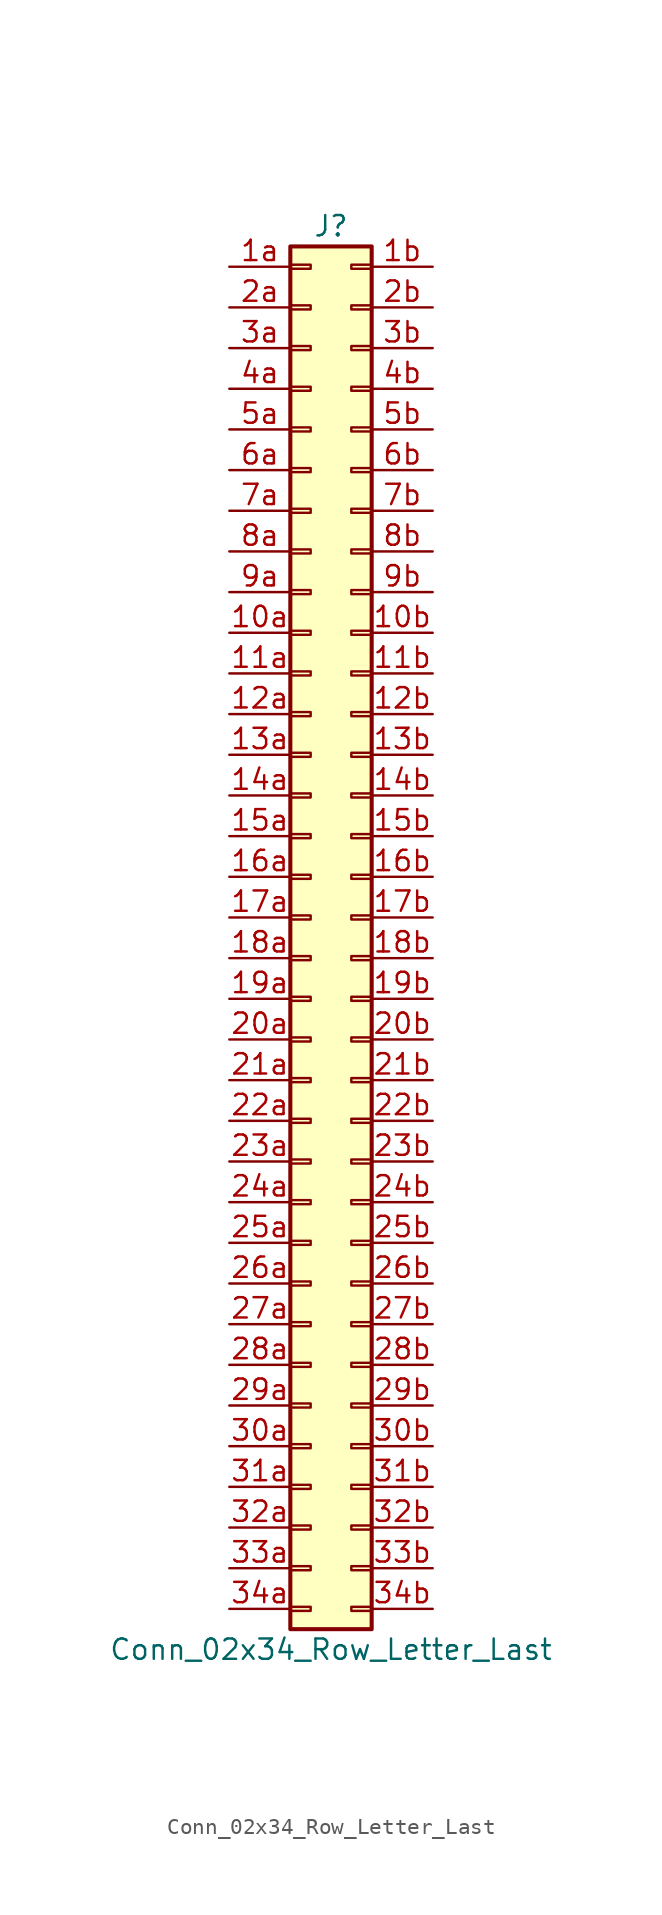
<source format=kicad_sym>
(kicad_symbol_lib
  (version 20201005)
  (generator kicad_symbol_editor)
  (symbol "Conn_02x34_Row_Letter_Last"
    (pin_names
      (offset 1.016) hide)
    (property "Reference" "J"
      (at 1.27 43.18 0)
      (effects (font (size 1.27 1.27))))
    (property "Value" "Conn_02x34_Row_Letter_Last"
      (at 1.27 -45.72 0)
      (effects (font (size 1.27 1.27))))
    (symbol "Conn_02x34_Row_Letter_Last_1_1"
      (rectangle (start -1.27 -43.053) (end 0 -43.307) (stroke (width 0.152)) (fill (type none)))
      (rectangle (start -1.27 -40.513) (end 0 -40.767) (stroke (width 0.152)) (fill (type none)))
      (rectangle (start -1.27 -37.973) (end 0 -38.227) (stroke (width 0.152)) (fill (type none)))
      (rectangle (start -1.27 -35.433) (end 0 -35.687) (stroke (width 0.152)) (fill (type none)))
      (rectangle (start -1.27 -32.893) (end 0 -33.147) (stroke (width 0.152)) (fill (type none)))
      (rectangle (start -1.27 -30.353) (end 0 -30.607) (stroke (width 0.152)) (fill (type none)))
      (rectangle (start -1.27 -27.813) (end 0 -28.067) (stroke (width 0.152)) (fill (type none)))
      (rectangle (start -1.27 -25.273) (end 0 -25.527) (stroke (width 0.152)) (fill (type none)))
      (rectangle (start -1.27 -22.733) (end 0 -22.987) (stroke (width 0.152)) (fill (type none)))
      (rectangle (start -1.27 -20.193) (end 0 -20.447) (stroke (width 0.152)) (fill (type none)))
      (rectangle (start -1.27 -17.653) (end 0 -17.907) (stroke (width 0.152)) (fill (type none)))
      (rectangle (start -1.27 -15.113) (end 0 -15.367) (stroke (width 0.152)) (fill (type none)))
      (rectangle (start -1.27 -12.573) (end 0 -12.827) (stroke (width 0.152)) (fill (type none)))
      (rectangle (start -1.27 -10.033) (end 0 -10.287) (stroke (width 0.152)) (fill (type none)))
      (rectangle (start -1.27 -7.493) (end 0 -7.747) (stroke (width 0.152)) (fill (type none)))
      (rectangle (start -1.27 -4.953) (end 0 -5.207) (stroke (width 0.152)) (fill (type none)))
      (rectangle (start -1.27 -2.413) (end 0 -2.667) (stroke (width 0.152)) (fill (type none)))
      (rectangle (start -1.27 0.127) (end 0 -0.127) (stroke (width 0.152)) (fill (type none)))
      (rectangle (start -1.27 2.667) (end 0 2.413) (stroke (width 0.152)) (fill (type none)))
      (rectangle (start -1.27 5.207) (end 0 4.953) (stroke (width 0.152)) (fill (type none)))
      (rectangle (start -1.27 7.747) (end 0 7.493) (stroke (width 0.152)) (fill (type none)))
      (rectangle (start -1.27 10.287) (end 0 10.033) (stroke (width 0.152)) (fill (type none)))
      (rectangle (start -1.27 12.827) (end 0 12.573) (stroke (width 0.152)) (fill (type none)))
      (rectangle (start -1.27 15.367) (end 0 15.113) (stroke (width 0.152)) (fill (type none)))
      (rectangle (start -1.27 17.907) (end 0 17.653) (stroke (width 0.152)) (fill (type none)))
      (rectangle (start -1.27 20.447) (end 0 20.193) (stroke (width 0.152)) (fill (type none)))
      (rectangle (start -1.27 22.987) (end 0 22.733) (stroke (width 0.152)) (fill (type none)))
      (rectangle (start -1.27 25.527) (end 0 25.273) (stroke (width 0.152)) (fill (type none)))
      (rectangle (start -1.27 28.067) (end 0 27.813) (stroke (width 0.152)) (fill (type none)))
      (rectangle (start -1.27 30.607) (end 0 30.353) (stroke (width 0.152)) (fill (type none)))
      (rectangle (start -1.27 33.147) (end 0 32.893) (stroke (width 0.152)) (fill (type none)))
      (rectangle (start -1.27 35.687) (end 0 35.433) (stroke (width 0.152)) (fill (type none)))
      (rectangle (start -1.27 38.227) (end 0 37.973) (stroke (width 0.152)) (fill (type none)))
      (rectangle (start -1.27 40.767) (end 0 40.513) (stroke (width 0.152)) (fill (type none)))
      (rectangle (start -1.27 41.91) (end 3.81 -44.45) (stroke (width 0.254)) (fill (type background)))
      (rectangle (start 3.81 -43.053) (end 2.54 -43.307) (stroke (width 0.152)) (fill (type none)))
      (rectangle (start 3.81 -40.513) (end 2.54 -40.767) (stroke (width 0.152)) (fill (type none)))
      (rectangle (start 3.81 -37.973) (end 2.54 -38.227) (stroke (width 0.152)) (fill (type none)))
      (rectangle (start 3.81 -35.433) (end 2.54 -35.687) (stroke (width 0.152)) (fill (type none)))
      (rectangle (start 3.81 -32.893) (end 2.54 -33.147) (stroke (width 0.152)) (fill (type none)))
      (rectangle (start 3.81 -30.353) (end 2.54 -30.607) (stroke (width 0.152)) (fill (type none)))
      (rectangle (start 3.81 -27.813) (end 2.54 -28.067) (stroke (width 0.152)) (fill (type none)))
      (rectangle (start 3.81 -25.273) (end 2.54 -25.527) (stroke (width 0.152)) (fill (type none)))
      (rectangle (start 3.81 -22.733) (end 2.54 -22.987) (stroke (width 0.152)) (fill (type none)))
      (rectangle (start 3.81 -20.193) (end 2.54 -20.447) (stroke (width 0.152)) (fill (type none)))
      (rectangle (start 3.81 -17.653) (end 2.54 -17.907) (stroke (width 0.152)) (fill (type none)))
      (rectangle (start 3.81 -15.113) (end 2.54 -15.367) (stroke (width 0.152)) (fill (type none)))
      (rectangle (start 3.81 -12.573) (end 2.54 -12.827) (stroke (width 0.152)) (fill (type none)))
      (rectangle (start 3.81 -10.033) (end 2.54 -10.287) (stroke (width 0.152)) (fill (type none)))
      (rectangle (start 3.81 -7.493) (end 2.54 -7.747) (stroke (width 0.152)) (fill (type none)))
      (rectangle (start 3.81 -4.953) (end 2.54 -5.207) (stroke (width 0.152)) (fill (type none)))
      (rectangle (start 3.81 -2.413) (end 2.54 -2.667) (stroke (width 0.152)) (fill (type none)))
      (rectangle (start 3.81 0.127) (end 2.54 -0.127) (stroke (width 0.152)) (fill (type none)))
      (rectangle (start 3.81 2.667) (end 2.54 2.413) (stroke (width 0.152)) (fill (type none)))
      (rectangle (start 3.81 5.207) (end 2.54 4.953) (stroke (width 0.152)) (fill (type none)))
      (rectangle (start 3.81 7.747) (end 2.54 7.493) (stroke (width 0.152)) (fill (type none)))
      (rectangle (start 3.81 10.287) (end 2.54 10.033) (stroke (width 0.152)) (fill (type none)))
      (rectangle (start 3.81 12.827) (end 2.54 12.573) (stroke (width 0.152)) (fill (type none)))
      (rectangle (start 3.81 15.367) (end 2.54 15.113) (stroke (width 0.152)) (fill (type none)))
      (rectangle (start 3.81 17.907) (end 2.54 17.653) (stroke (width 0.152)) (fill (type none)))
      (rectangle (start 3.81 20.447) (end 2.54 20.193) (stroke (width 0.152)) (fill (type none)))
      (rectangle (start 3.81 22.987) (end 2.54 22.733) (stroke (width 0.152)) (fill (type none)))
      (rectangle (start 3.81 25.527) (end 2.54 25.273) (stroke (width 0.152)) (fill (type none)))
      (rectangle (start 3.81 28.067) (end 2.54 27.813) (stroke (width 0.152)) (fill (type none)))
      (rectangle (start 3.81 30.607) (end 2.54 30.353) (stroke (width 0.152)) (fill (type none)))
      (rectangle (start 3.81 33.147) (end 2.54 32.893) (stroke (width 0.152)) (fill (type none)))
      (rectangle (start 3.81 35.687) (end 2.54 35.433) (stroke (width 0.152)) (fill (type none)))
      (rectangle (start 3.81 38.227) (end 2.54 37.973) (stroke (width 0.152)) (fill (type none)))
      (rectangle (start 3.81 40.767) (end 2.54 40.513) (stroke (width 0.152)) (fill (type none)))
      (pin passive line (at -5.08 17.78 0) (length 3.81) (name "Pin_10a" (effects (font (size 1.27 1.27)))) (number "10a" (effects (font (size 1.27 1.27)))))
      (pin passive line (at 7.62 17.78 180) (length 3.81) (name "Pin_10b" (effects (font (size 1.27 1.27)))) (number "10b" (effects (font (size 1.27 1.27)))))
      (pin passive line (at -5.08 15.24 0) (length 3.81) (name "Pin_11a" (effects (font (size 1.27 1.27)))) (number "11a" (effects (font (size 1.27 1.27)))))
      (pin passive line (at 7.62 15.24 180) (length 3.81) (name "Pin_11b" (effects (font (size 1.27 1.27)))) (number "11b" (effects (font (size 1.27 1.27)))))
      (pin passive line (at -5.08 12.7 0) (length 3.81) (name "Pin_12a" (effects (font (size 1.27 1.27)))) (number "12a" (effects (font (size 1.27 1.27)))))
      (pin passive line (at 7.62 12.7 180) (length 3.81) (name "Pin_12b" (effects (font (size 1.27 1.27)))) (number "12b" (effects (font (size 1.27 1.27)))))
      (pin passive line (at -5.08 10.16 0) (length 3.81) (name "Pin_13a" (effects (font (size 1.27 1.27)))) (number "13a" (effects (font (size 1.27 1.27)))))
      (pin passive line (at 7.62 10.16 180) (length 3.81) (name "Pin_13b" (effects (font (size 1.27 1.27)))) (number "13b" (effects (font (size 1.27 1.27)))))
      (pin passive line (at -5.08 7.62 0) (length 3.81) (name "Pin_14a" (effects (font (size 1.27 1.27)))) (number "14a" (effects (font (size 1.27 1.27)))))
      (pin passive line (at 7.62 7.62 180) (length 3.81) (name "Pin_14b" (effects (font (size 1.27 1.27)))) (number "14b" (effects (font (size 1.27 1.27)))))
      (pin passive line (at -5.08 5.08 0) (length 3.81) (name "Pin_15a" (effects (font (size 1.27 1.27)))) (number "15a" (effects (font (size 1.27 1.27)))))
      (pin passive line (at 7.62 5.08 180) (length 3.81) (name "Pin_15b" (effects (font (size 1.27 1.27)))) (number "15b" (effects (font (size 1.27 1.27)))))
      (pin passive line (at -5.08 2.54 0) (length 3.81) (name "Pin_16a" (effects (font (size 1.27 1.27)))) (number "16a" (effects (font (size 1.27 1.27)))))
      (pin passive line (at 7.62 2.54 180) (length 3.81) (name "Pin_16b" (effects (font (size 1.27 1.27)))) (number "16b" (effects (font (size 1.27 1.27)))))
      (pin passive line (at -5.08 0 0) (length 3.81) (name "Pin_17a" (effects (font (size 1.27 1.27)))) (number "17a" (effects (font (size 1.27 1.27)))))
      (pin passive line (at 7.62 0 180) (length 3.81) (name "Pin_17b" (effects (font (size 1.27 1.27)))) (number "17b" (effects (font (size 1.27 1.27)))))
      (pin passive line (at -5.08 -2.54 0) (length 3.81) (name "Pin_18a" (effects (font (size 1.27 1.27)))) (number "18a" (effects (font (size 1.27 1.27)))))
      (pin passive line (at 7.62 -2.54 180) (length 3.81) (name "Pin_18b" (effects (font (size 1.27 1.27)))) (number "18b" (effects (font (size 1.27 1.27)))))
      (pin passive line (at -5.08 -5.08 0) (length 3.81) (name "Pin_19a" (effects (font (size 1.27 1.27)))) (number "19a" (effects (font (size 1.27 1.27)))))
      (pin passive line (at 7.62 -5.08 180) (length 3.81) (name "Pin_19b" (effects (font (size 1.27 1.27)))) (number "19b" (effects (font (size 1.27 1.27)))))
      (pin passive line (at -5.08 40.64 0) (length 3.81) (name "Pin_1a" (effects (font (size 1.27 1.27)))) (number "1a" (effects (font (size 1.27 1.27)))))
      (pin passive line (at 7.62 40.64 180) (length 3.81) (name "Pin_1b" (effects (font (size 1.27 1.27)))) (number "1b" (effects (font (size 1.27 1.27)))))
      (pin passive line (at -5.08 -7.62 0) (length 3.81) (name "Pin_20a" (effects (font (size 1.27 1.27)))) (number "20a" (effects (font (size 1.27 1.27)))))
      (pin passive line (at 7.62 -7.62 180) (length 3.81) (name "Pin_20b" (effects (font (size 1.27 1.27)))) (number "20b" (effects (font (size 1.27 1.27)))))
      (pin passive line (at -5.08 -10.16 0) (length 3.81) (name "Pin_21a" (effects (font (size 1.27 1.27)))) (number "21a" (effects (font (size 1.27 1.27)))))
      (pin passive line (at 7.62 -10.16 180) (length 3.81) (name "Pin_21b" (effects (font (size 1.27 1.27)))) (number "21b" (effects (font (size 1.27 1.27)))))
      (pin passive line (at -5.08 -12.7 0) (length 3.81) (name "Pin_22a" (effects (font (size 1.27 1.27)))) (number "22a" (effects (font (size 1.27 1.27)))))
      (pin passive line (at 7.62 -12.7 180) (length 3.81) (name "Pin_22b" (effects (font (size 1.27 1.27)))) (number "22b" (effects (font (size 1.27 1.27)))))
      (pin passive line (at -5.08 -15.24 0) (length 3.81) (name "Pin_23a" (effects (font (size 1.27 1.27)))) (number "23a" (effects (font (size 1.27 1.27)))))
      (pin passive line (at 7.62 -15.24 180) (length 3.81) (name "Pin_23b" (effects (font (size 1.27 1.27)))) (number "23b" (effects (font (size 1.27 1.27)))))
      (pin passive line (at -5.08 -17.78 0) (length 3.81) (name "Pin_24a" (effects (font (size 1.27 1.27)))) (number "24a" (effects (font (size 1.27 1.27)))))
      (pin passive line (at 7.62 -17.78 180) (length 3.81) (name "Pin_24b" (effects (font (size 1.27 1.27)))) (number "24b" (effects (font (size 1.27 1.27)))))
      (pin passive line (at -5.08 -20.32 0) (length 3.81) (name "Pin_25a" (effects (font (size 1.27 1.27)))) (number "25a" (effects (font (size 1.27 1.27)))))
      (pin passive line (at 7.62 -20.32 180) (length 3.81) (name "Pin_25b" (effects (font (size 1.27 1.27)))) (number "25b" (effects (font (size 1.27 1.27)))))
      (pin passive line (at -5.08 -22.86 0) (length 3.81) (name "Pin_26a" (effects (font (size 1.27 1.27)))) (number "26a" (effects (font (size 1.27 1.27)))))
      (pin passive line (at 7.62 -22.86 180) (length 3.81) (name "Pin_26b" (effects (font (size 1.27 1.27)))) (number "26b" (effects (font (size 1.27 1.27)))))
      (pin passive line (at -5.08 -25.4 0) (length 3.81) (name "Pin_27a" (effects (font (size 1.27 1.27)))) (number "27a" (effects (font (size 1.27 1.27)))))
      (pin passive line (at 7.62 -25.4 180) (length 3.81) (name "Pin_27b" (effects (font (size 1.27 1.27)))) (number "27b" (effects (font (size 1.27 1.27)))))
      (pin passive line (at -5.08 -27.94 0) (length 3.81) (name "Pin_28a" (effects (font (size 1.27 1.27)))) (number "28a" (effects (font (size 1.27 1.27)))))
      (pin passive line (at 7.62 -27.94 180) (length 3.81) (name "Pin_28b" (effects (font (size 1.27 1.27)))) (number "28b" (effects (font (size 1.27 1.27)))))
      (pin passive line (at -5.08 -30.48 0) (length 3.81) (name "Pin_29a" (effects (font (size 1.27 1.27)))) (number "29a" (effects (font (size 1.27 1.27)))))
      (pin passive line (at 7.62 -30.48 180) (length 3.81) (name "Pin_29b" (effects (font (size 1.27 1.27)))) (number "29b" (effects (font (size 1.27 1.27)))))
      (pin passive line (at -5.08 38.1 0) (length 3.81) (name "Pin_2a" (effects (font (size 1.27 1.27)))) (number "2a" (effects (font (size 1.27 1.27)))))
      (pin passive line (at 7.62 38.1 180) (length 3.81) (name "Pin_2b" (effects (font (size 1.27 1.27)))) (number "2b" (effects (font (size 1.27 1.27)))))
      (pin passive line (at -5.08 -33.02 0) (length 3.81) (name "Pin_30a" (effects (font (size 1.27 1.27)))) (number "30a" (effects (font (size 1.27 1.27)))))
      (pin passive line (at 7.62 -33.02 180) (length 3.81) (name "Pin_30b" (effects (font (size 1.27 1.27)))) (number "30b" (effects (font (size 1.27 1.27)))))
      (pin passive line (at -5.08 -35.56 0) (length 3.81) (name "Pin_31a" (effects (font (size 1.27 1.27)))) (number "31a" (effects (font (size 1.27 1.27)))))
      (pin passive line (at 7.62 -35.56 180) (length 3.81) (name "Pin_31b" (effects (font (size 1.27 1.27)))) (number "31b" (effects (font (size 1.27 1.27)))))
      (pin passive line (at -5.08 -38.1 0) (length 3.81) (name "Pin_32a" (effects (font (size 1.27 1.27)))) (number "32a" (effects (font (size 1.27 1.27)))))
      (pin passive line (at 7.62 -38.1 180) (length 3.81) (name "Pin_32b" (effects (font (size 1.27 1.27)))) (number "32b" (effects (font (size 1.27 1.27)))))
      (pin passive line (at -5.08 -40.64 0) (length 3.81) (name "Pin_33a" (effects (font (size 1.27 1.27)))) (number "33a" (effects (font (size 1.27 1.27)))))
      (pin passive line (at 7.62 -40.64 180) (length 3.81) (name "Pin_33b" (effects (font (size 1.27 1.27)))) (number "33b" (effects (font (size 1.27 1.27)))))
      (pin passive line (at -5.08 -43.18 0) (length 3.81) (name "Pin_34a" (effects (font (size 1.27 1.27)))) (number "34a" (effects (font (size 1.27 1.27)))))
      (pin passive line (at 7.62 -43.18 180) (length 3.81) (name "Pin_34b" (effects (font (size 1.27 1.27)))) (number "34b" (effects (font (size 1.27 1.27)))))
      (pin passive line (at -5.08 35.56 0) (length 3.81) (name "Pin_3a" (effects (font (size 1.27 1.27)))) (number "3a" (effects (font (size 1.27 1.27)))))
      (pin passive line (at 7.62 35.56 180) (length 3.81) (name "Pin_3b" (effects (font (size 1.27 1.27)))) (number "3b" (effects (font (size 1.27 1.27)))))
      (pin passive line (at -5.08 33.02 0) (length 3.81) (name "Pin_4a" (effects (font (size 1.27 1.27)))) (number "4a" (effects (font (size 1.27 1.27)))))
      (pin passive line (at 7.62 33.02 180) (length 3.81) (name "Pin_4b" (effects (font (size 1.27 1.27)))) (number "4b" (effects (font (size 1.27 1.27)))))
      (pin passive line (at -5.08 30.48 0) (length 3.81) (name "Pin_5a" (effects (font (size 1.27 1.27)))) (number "5a" (effects (font (size 1.27 1.27)))))
      (pin passive line (at 7.62 30.48 180) (length 3.81) (name "Pin_5b" (effects (font (size 1.27 1.27)))) (number "5b" (effects (font (size 1.27 1.27)))))
      (pin passive line (at -5.08 27.94 0) (length 3.81) (name "Pin_6a" (effects (font (size 1.27 1.27)))) (number "6a" (effects (font (size 1.27 1.27)))))
      (pin passive line (at 7.62 27.94 180) (length 3.81) (name "Pin_6b" (effects (font (size 1.27 1.27)))) (number "6b" (effects (font (size 1.27 1.27)))))
      (pin passive line (at -5.08 25.4 0) (length 3.81) (name "Pin_7a" (effects (font (size 1.27 1.27)))) (number "7a" (effects (font (size 1.27 1.27)))))
      (pin passive line (at 7.62 25.4 180) (length 3.81) (name "Pin_7b" (effects (font (size 1.27 1.27)))) (number "7b" (effects (font (size 1.27 1.27)))))
      (pin passive line (at -5.08 22.86 0) (length 3.81) (name "Pin_8a" (effects (font (size 1.27 1.27)))) (number "8a" (effects (font (size 1.27 1.27)))))
      (pin passive line (at 7.62 22.86 180) (length 3.81) (name "Pin_8b" (effects (font (size 1.27 1.27)))) (number "8b" (effects (font (size 1.27 1.27)))))
      (pin passive line (at -5.08 20.32 0) (length 3.81) (name "Pin_9a" (effects (font (size 1.27 1.27)))) (number "9a" (effects (font (size 1.27 1.27)))))
      (pin passive line (at 7.62 20.32 180) (length 3.81) (name "Pin_9b" (effects (font (size 1.27 1.27)))) (number "9b" (effects (font (size 1.27 1.27))))))))
</source>
